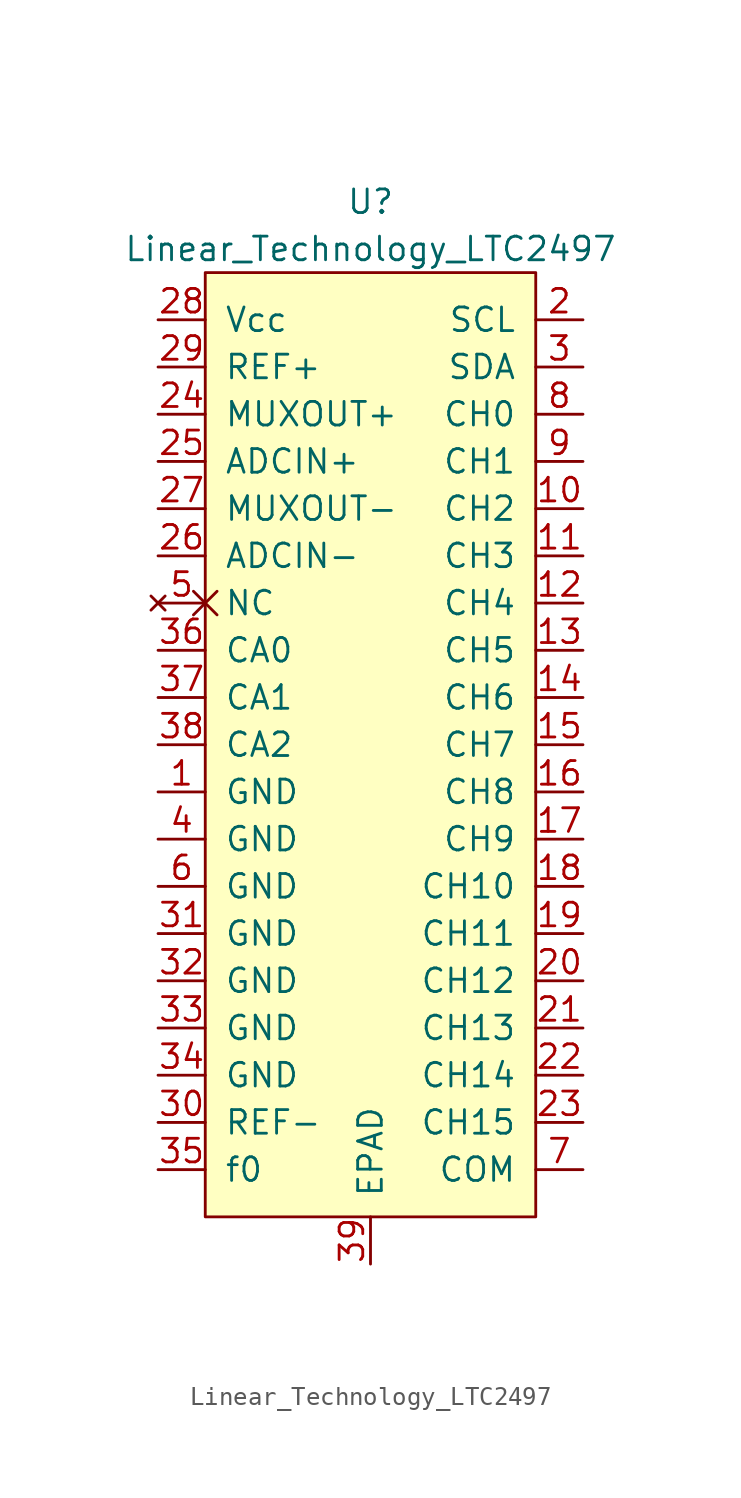
<source format=kicad_sym>
(kicad_symbol_lib
  (version 20201005)
  (generator kicad_symbol_editor)
  (symbol "Linear_Technology_LTC2497"
    (pin_names
      (offset 1.016))
    (property "Reference" "U"
      (at 0 15.24 0)
      (effects (font (size 1.27 1.27))))
    (property "Value" "Linear_Technology_LTC2497"
      (at 0 12.7 0)
      (effects (font (size 1.27 1.27))))
    (symbol "Linear_Technology_LTC2497_0_0"
      (pin power_in line (at -11.43 -16.51 0) (length 2.54) (name "GND" (effects (font (size 1.27 1.27)))) (number "1" (effects (font (size 1.27 1.27)))))
      (pin input line (at 11.43 -1.27 180) (length 2.54) (name "CH2" (effects (font (size 1.27 1.27)))) (number "10" (effects (font (size 1.27 1.27)))))
      (pin input line (at 11.43 -3.81 180) (length 2.54) (name "CH3" (effects (font (size 1.27 1.27)))) (number "11" (effects (font (size 1.27 1.27)))))
      (pin input line (at 11.43 -6.35 180) (length 2.54) (name "CH4" (effects (font (size 1.27 1.27)))) (number "12" (effects (font (size 1.27 1.27)))))
      (pin input line (at 11.43 -8.89 180) (length 2.54) (name "CH5" (effects (font (size 1.27 1.27)))) (number "13" (effects (font (size 1.27 1.27)))))
      (pin input line (at 11.43 -11.43 180) (length 2.54) (name "CH6" (effects (font (size 1.27 1.27)))) (number "14" (effects (font (size 1.27 1.27)))))
      (pin input line (at 11.43 -13.97 180) (length 2.54) (name "CH7" (effects (font (size 1.27 1.27)))) (number "15" (effects (font (size 1.27 1.27)))))
      (pin input line (at 11.43 -16.51 180) (length 2.54) (name "CH8" (effects (font (size 1.27 1.27)))) (number "16" (effects (font (size 1.27 1.27)))))
      (pin input line (at 11.43 -19.05 180) (length 2.54) (name "CH9" (effects (font (size 1.27 1.27)))) (number "17" (effects (font (size 1.27 1.27)))))
      (pin input line (at 11.43 -21.59 180) (length 2.54) (name "CH10" (effects (font (size 1.27 1.27)))) (number "18" (effects (font (size 1.27 1.27)))))
      (pin input line (at 11.43 -24.13 180) (length 2.54) (name "CH11" (effects (font (size 1.27 1.27)))) (number "19" (effects (font (size 1.27 1.27)))))
      (pin tri_state line (at 11.43 8.89 180) (length 2.54) (name "SCL" (effects (font (size 1.27 1.27)))) (number "2" (effects (font (size 1.27 1.27)))))
      (pin input line (at 11.43 -26.67 180) (length 2.54) (name "CH12" (effects (font (size 1.27 1.27)))) (number "20" (effects (font (size 1.27 1.27)))))
      (pin input line (at 11.43 -29.21 180) (length 2.54) (name "CH13" (effects (font (size 1.27 1.27)))) (number "21" (effects (font (size 1.27 1.27)))))
      (pin input line (at 11.43 -31.75 180) (length 2.54) (name "CH14" (effects (font (size 1.27 1.27)))) (number "22" (effects (font (size 1.27 1.27)))))
      (pin input line (at 11.43 -34.29 180) (length 2.54) (name "CH15" (effects (font (size 1.27 1.27)))) (number "23" (effects (font (size 1.27 1.27)))))
      (pin output line (at -11.43 3.81 0) (length 2.54) (name "MUXOUT+" (effects (font (size 1.27 1.27)))) (number "24" (effects (font (size 1.27 1.27)))))
      (pin input line (at -11.43 1.27 0) (length 2.54) (name "ADCIN+" (effects (font (size 1.27 1.27)))) (number "25" (effects (font (size 1.27 1.27)))))
      (pin input line (at -11.43 -3.81 0) (length 2.54) (name "ADCIN-" (effects (font (size 1.27 1.27)))) (number "26" (effects (font (size 1.27 1.27)))))
      (pin output line (at -11.43 -1.27 0) (length 2.54) (name "MUXOUT-" (effects (font (size 1.27 1.27)))) (number "27" (effects (font (size 1.27 1.27)))))
      (pin power_in line (at -11.43 8.89 0) (length 2.54) (name "Vcc" (effects (font (size 1.27 1.27)))) (number "28" (effects (font (size 1.27 1.27)))))
      (pin power_in line (at -11.43 6.35 0) (length 2.54) (name "REF+" (effects (font (size 1.27 1.27)))) (number "29" (effects (font (size 1.27 1.27)))))
      (pin tri_state line (at 11.43 6.35 180) (length 2.54) (name "SDA" (effects (font (size 1.27 1.27)))) (number "3" (effects (font (size 1.27 1.27)))))
      (pin power_in line (at -11.43 -34.29 0) (length 2.54) (name "REF-" (effects (font (size 1.27 1.27)))) (number "30" (effects (font (size 1.27 1.27)))))
      (pin power_in line (at -11.43 -24.13 0) (length 2.54) (name "GND" (effects (font (size 1.27 1.27)))) (number "31" (effects (font (size 1.27 1.27)))))
      (pin power_in line (at -11.43 -26.67 0) (length 2.54) (name "GND" (effects (font (size 1.27 1.27)))) (number "32" (effects (font (size 1.27 1.27)))))
      (pin power_in line (at -11.43 -29.21 0) (length 2.54) (name "GND" (effects (font (size 1.27 1.27)))) (number "33" (effects (font (size 1.27 1.27)))))
      (pin power_in line (at -11.43 -31.75 0) (length 2.54) (name "GND" (effects (font (size 1.27 1.27)))) (number "34" (effects (font (size 1.27 1.27)))))
      (pin power_in line (at -11.43 -36.83 0) (length 2.54) (name "f0" (effects (font (size 1.27 1.27)))) (number "35" (effects (font (size 1.27 1.27)))))
      (pin passive line (at -11.43 -8.89 0) (length 2.54) (name "CA0" (effects (font (size 1.27 1.27)))) (number "36" (effects (font (size 1.27 1.27)))))
      (pin passive line (at -11.43 -11.43 0) (length 2.54) (name "CA1" (effects (font (size 1.27 1.27)))) (number "37" (effects (font (size 1.27 1.27)))))
      (pin passive line (at -11.43 -13.97 0) (length 2.54) (name "CA2" (effects (font (size 1.27 1.27)))) (number "38" (effects (font (size 1.27 1.27)))))
      (pin power_in line (at -11.43 -19.05 0) (length 2.54) (name "GND" (effects (font (size 1.27 1.27)))) (number "4" (effects (font (size 1.27 1.27)))))
      (pin no_connect non_logic (at -11.43 -6.35 0) (length 2.54) (name "NC" (effects (font (size 1.27 1.27)))) (number "5" (effects (font (size 1.27 1.27)))))
      (pin power_in line (at -11.43 -21.59 0) (length 2.54) (name "GND" (effects (font (size 1.27 1.27)))) (number "6" (effects (font (size 1.27 1.27)))))
      (pin power_in line (at 11.43 -36.83 180) (length 2.54) (name "COM" (effects (font (size 1.27 1.27)))) (number "7" (effects (font (size 1.27 1.27)))))
      (pin input line (at 11.43 3.81 180) (length 2.54) (name "CH0" (effects (font (size 1.27 1.27)))) (number "8" (effects (font (size 1.27 1.27)))))
      (pin input line (at 11.43 1.27 180) (length 2.54) (name "CH1" (effects (font (size 1.27 1.27)))) (number "9" (effects (font (size 1.27 1.27))))))
    (symbol "Linear_Technology_LTC2497_0_1"
      (rectangle (start -8.89 11.43) (end 8.89 -39.37) (stroke (width 0)) (fill (type background))))
    (symbol "Linear_Technology_LTC2497_1_1"
      (pin power_in line (at 0 -41.91 90) (length 2.54) (name "EPAD" (effects (font (size 1.27 1.27)))) (number "39" (effects (font (size 1.27 1.27))))))))
</source>
